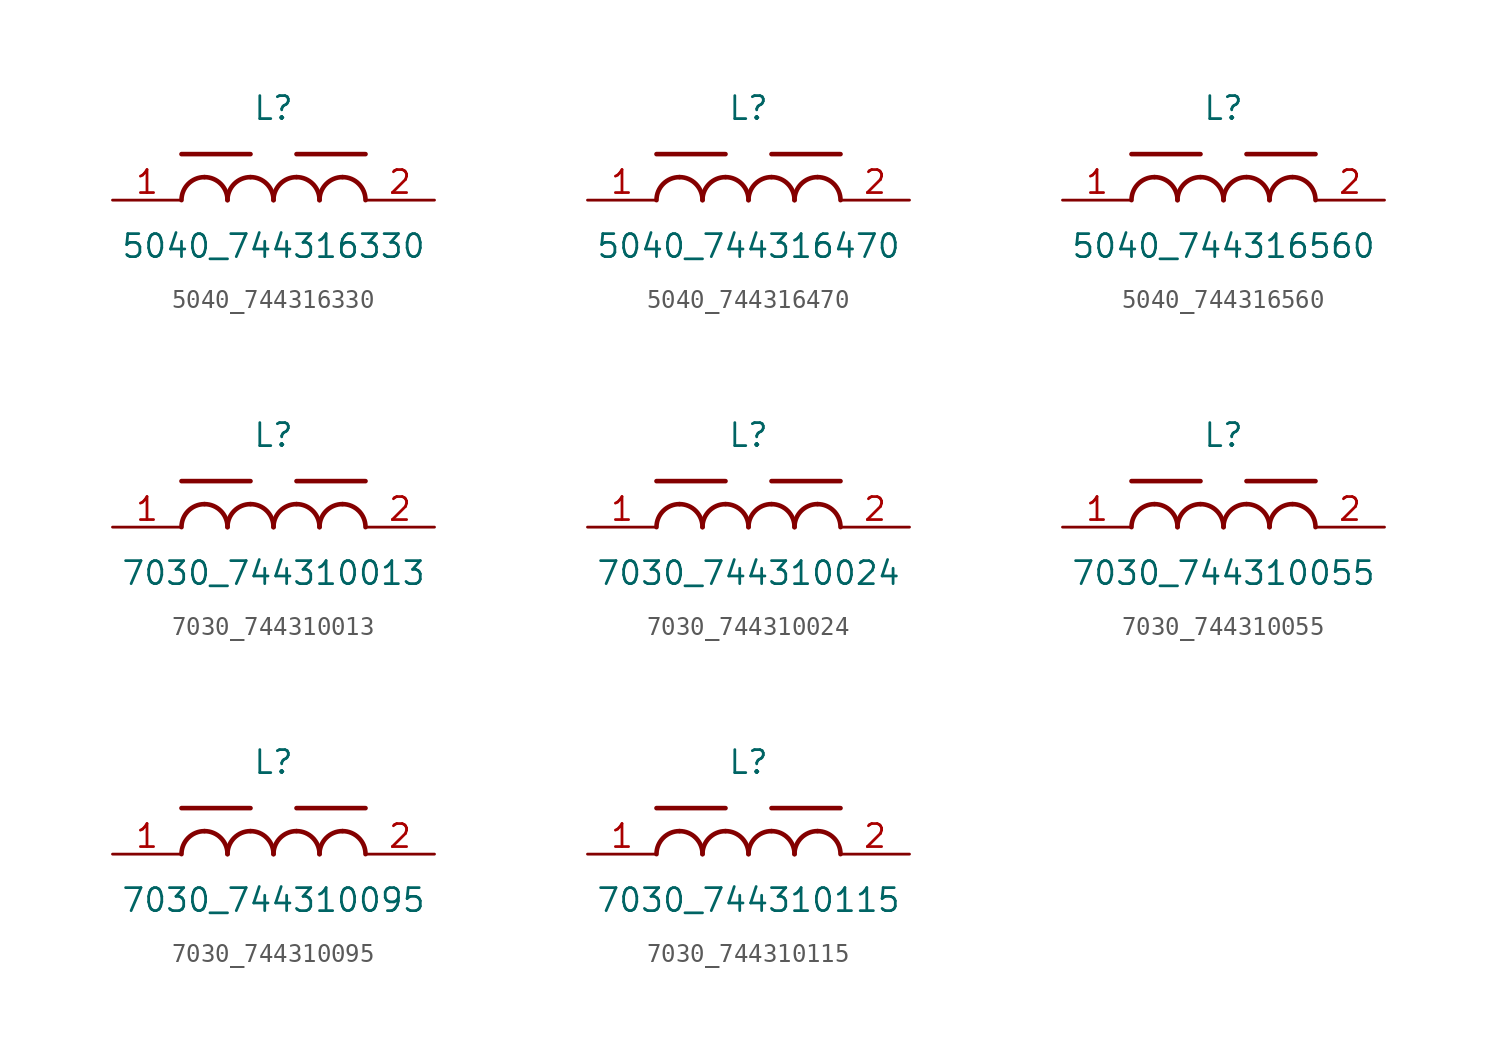
<source format=kicad_sym>
(kicad_symbol_lib
  (version 20211014)
  (generator kicad_symbol_editor)
  (symbol "Inductor_Wurth_WE-HCI:5040_744316330"
    (pin_names hide)
    (property "Reference" "L"
      (at 0 5.08 0)
      (effects (font (size 1.27 1.27))))
    (property "Value" "5040_744316330"
      (at 0 -2.54 0)
      (effects (font (size 1.27 1.27))))
    (symbol "5040_744316330_0_1"
      (arc (start -3.81 1.27) (mid -4.708 0.898) (end -5.08 0) (stroke (width 0.254) (type default) (color 0 0 0 0)) (fill (type none)))
      (arc (start -2.54 0) (mid -2.912 0.898) (end -3.81 1.27) (stroke (width 0.254) (type default) (color 0 0 0 0)) (fill (type none)))
      (arc (start -1.2699 1.2701) (mid -2.1679 0.8981) (end -2.5399 0.0001) (stroke (width 0.254) (type default) (color 0 0 0 0)) (fill (type none)))
      (polyline (pts (xy -5.08 2.54) (xy -1.27 2.54)) (stroke (width 0.254) (type default) (color 0 0 0 0)) (fill (type none)))
      (polyline (pts (xy 5.08 2.54) (xy 1.27 2.54)) (stroke (width 0.254) (type default) (color 0 0 0 0)) (fill (type none)))
      (arc (start 0.0001 0.0001) (mid -0.3719 0.8981) (end -1.2699 1.2701) (stroke (width 0.254) (type default) (color 0 0 0 0)) (fill (type none)))
      (arc (start 1.2701 1.2701) (mid 0.3721 0.8981) (end 0.0001 0.0001) (stroke (width 0.254) (type default) (color 0 0 0 0)) (fill (type none)))
      (arc (start 2.5401 0.0001) (mid 2.1681 0.8981) (end 1.2701 1.2701) (stroke (width 0.254) (type default) (color 0 0 0 0)) (fill (type none)))
      (arc (start 3.8101 1.2701) (mid 2.9121 0.8981) (end 2.5401 0.0001) (stroke (width 0.254) (type default) (color 0 0 0 0)) (fill (type none)))
      (arc (start 5.0801 0.0001) (mid 4.7081 0.8981) (end 3.8101 1.2701) (stroke (width 0.254) (type default) (color 0 0 0 0)) (fill (type none))))
    (symbol "5040_744316330_1_1"
      (pin passive line (at -8.89 0 0) (length 3.81) (name "1" (effects (font (size 1.27 1.27)))) (number "1" (effects (font (size 1.27 1.27)))))
      (pin passive line (at 8.89 0 180) (length 3.81) (name "2" (effects (font (size 1.27 1.27)))) (number "2" (effects (font (size 1.27 1.27)))))))
  (symbol "Inductor_Wurth_WE-HCI:5040_744316470"
    (pin_names hide)
    (property "Reference" "L"
      (at 0 5.08 0)
      (effects (font (size 1.27 1.27))))
    (property "Value" "5040_744316470"
      (at 0 -2.54 0)
      (effects (font (size 1.27 1.27))))
    (symbol "5040_744316470_0_1"
      (arc (start -3.81 1.27) (mid -4.708 0.898) (end -5.08 0) (stroke (width 0.254) (type default) (color 0 0 0 0)) (fill (type none)))
      (arc (start -2.54 0) (mid -2.912 0.898) (end -3.81 1.27) (stroke (width 0.254) (type default) (color 0 0 0 0)) (fill (type none)))
      (arc (start -1.2699 1.2701) (mid -2.1679 0.8981) (end -2.5399 0.0001) (stroke (width 0.254) (type default) (color 0 0 0 0)) (fill (type none)))
      (polyline (pts (xy -5.08 2.54) (xy -1.27 2.54)) (stroke (width 0.254) (type default) (color 0 0 0 0)) (fill (type none)))
      (polyline (pts (xy 5.08 2.54) (xy 1.27 2.54)) (stroke (width 0.254) (type default) (color 0 0 0 0)) (fill (type none)))
      (arc (start 0.0001 0.0001) (mid -0.3719 0.8981) (end -1.2699 1.2701) (stroke (width 0.254) (type default) (color 0 0 0 0)) (fill (type none)))
      (arc (start 1.2701 1.2701) (mid 0.3721 0.8981) (end 0.0001 0.0001) (stroke (width 0.254) (type default) (color 0 0 0 0)) (fill (type none)))
      (arc (start 2.5401 0.0001) (mid 2.1681 0.8981) (end 1.2701 1.2701) (stroke (width 0.254) (type default) (color 0 0 0 0)) (fill (type none)))
      (arc (start 3.8101 1.2701) (mid 2.9121 0.8981) (end 2.5401 0.0001) (stroke (width 0.254) (type default) (color 0 0 0 0)) (fill (type none)))
      (arc (start 5.0801 0.0001) (mid 4.7081 0.8981) (end 3.8101 1.2701) (stroke (width 0.254) (type default) (color 0 0 0 0)) (fill (type none))))
    (symbol "5040_744316470_1_1"
      (pin passive line (at -8.89 0 0) (length 3.81) (name "1" (effects (font (size 1.27 1.27)))) (number "1" (effects (font (size 1.27 1.27)))))
      (pin passive line (at 8.89 0 180) (length 3.81) (name "2" (effects (font (size 1.27 1.27)))) (number "2" (effects (font (size 1.27 1.27)))))))
  (symbol "Inductor_Wurth_WE-HCI:5040_744316560"
    (pin_names hide)
    (property "Reference" "L"
      (at 0 5.08 0)
      (effects (font (size 1.27 1.27))))
    (property "Value" "5040_744316560"
      (at 0 -2.54 0)
      (effects (font (size 1.27 1.27))))
    (symbol "5040_744316560_0_1"
      (arc (start -3.81 1.27) (mid -4.708 0.898) (end -5.08 0) (stroke (width 0.254) (type default) (color 0 0 0 0)) (fill (type none)))
      (arc (start -2.54 0) (mid -2.912 0.898) (end -3.81 1.27) (stroke (width 0.254) (type default) (color 0 0 0 0)) (fill (type none)))
      (arc (start -1.2699 1.2701) (mid -2.1679 0.8981) (end -2.5399 0.0001) (stroke (width 0.254) (type default) (color 0 0 0 0)) (fill (type none)))
      (polyline (pts (xy -5.08 2.54) (xy -1.27 2.54)) (stroke (width 0.254) (type default) (color 0 0 0 0)) (fill (type none)))
      (polyline (pts (xy 5.08 2.54) (xy 1.27 2.54)) (stroke (width 0.254) (type default) (color 0 0 0 0)) (fill (type none)))
      (arc (start 0.0001 0.0001) (mid -0.3719 0.8981) (end -1.2699 1.2701) (stroke (width 0.254) (type default) (color 0 0 0 0)) (fill (type none)))
      (arc (start 1.2701 1.2701) (mid 0.3721 0.8981) (end 0.0001 0.0001) (stroke (width 0.254) (type default) (color 0 0 0 0)) (fill (type none)))
      (arc (start 2.5401 0.0001) (mid 2.1681 0.8981) (end 1.2701 1.2701) (stroke (width 0.254) (type default) (color 0 0 0 0)) (fill (type none)))
      (arc (start 3.8101 1.2701) (mid 2.9121 0.8981) (end 2.5401 0.0001) (stroke (width 0.254) (type default) (color 0 0 0 0)) (fill (type none)))
      (arc (start 5.0801 0.0001) (mid 4.7081 0.8981) (end 3.8101 1.2701) (stroke (width 0.254) (type default) (color 0 0 0 0)) (fill (type none))))
    (symbol "5040_744316560_1_1"
      (pin passive line (at -8.89 0 0) (length 3.81) (name "1" (effects (font (size 1.27 1.27)))) (number "1" (effects (font (size 1.27 1.27)))))
      (pin passive line (at 8.89 0 180) (length 3.81) (name "2" (effects (font (size 1.27 1.27)))) (number "2" (effects (font (size 1.27 1.27)))))))
  (symbol "Inductor_Wurth_WE-HCI:7030_744310013"
    (pin_names hide)
    (property "Reference" "L"
      (at 0 5.08 0)
      (effects (font (size 1.27 1.27))))
    (property "Value" "7030_744310013"
      (at 0 -2.54 0)
      (effects (font (size 1.27 1.27))))
    (symbol "7030_744310013_0_1"
      (arc (start -3.81 1.27) (mid -4.708 0.898) (end -5.08 0) (stroke (width 0.254) (type default) (color 0 0 0 0)) (fill (type none)))
      (arc (start -2.54 0) (mid -2.912 0.898) (end -3.81 1.27) (stroke (width 0.254) (type default) (color 0 0 0 0)) (fill (type none)))
      (arc (start -1.2699 1.2701) (mid -2.1679 0.8981) (end -2.5399 0.0001) (stroke (width 0.254) (type default) (color 0 0 0 0)) (fill (type none)))
      (polyline (pts (xy -5.08 2.54) (xy -1.27 2.54)) (stroke (width 0.254) (type default) (color 0 0 0 0)) (fill (type none)))
      (polyline (pts (xy 5.08 2.54) (xy 1.27 2.54)) (stroke (width 0.254) (type default) (color 0 0 0 0)) (fill (type none)))
      (arc (start 0.0001 0.0001) (mid -0.3719 0.8981) (end -1.2699 1.2701) (stroke (width 0.254) (type default) (color 0 0 0 0)) (fill (type none)))
      (arc (start 1.2701 1.2701) (mid 0.3721 0.8981) (end 0.0001 0.0001) (stroke (width 0.254) (type default) (color 0 0 0 0)) (fill (type none)))
      (arc (start 2.5401 0.0001) (mid 2.1681 0.8981) (end 1.2701 1.2701) (stroke (width 0.254) (type default) (color 0 0 0 0)) (fill (type none)))
      (arc (start 3.8101 1.2701) (mid 2.9121 0.8981) (end 2.5401 0.0001) (stroke (width 0.254) (type default) (color 0 0 0 0)) (fill (type none)))
      (arc (start 5.0801 0.0001) (mid 4.7081 0.8981) (end 3.8101 1.2701) (stroke (width 0.254) (type default) (color 0 0 0 0)) (fill (type none))))
    (symbol "7030_744310013_1_1"
      (pin passive line (at -8.89 0 0) (length 3.81) (name "1" (effects (font (size 1.27 1.27)))) (number "1" (effects (font (size 1.27 1.27)))))
      (pin passive line (at 8.89 0 180) (length 3.81) (name "2" (effects (font (size 1.27 1.27)))) (number "2" (effects (font (size 1.27 1.27)))))))
  (symbol "Inductor_Wurth_WE-HCI:7030_744310024"
    (pin_names hide)
    (property "Reference" "L"
      (at 0 5.08 0)
      (effects (font (size 1.27 1.27))))
    (property "Value" "7030_744310024"
      (at 0 -2.54 0)
      (effects (font (size 1.27 1.27))))
    (symbol "7030_744310024_0_1"
      (arc (start -3.81 1.27) (mid -4.708 0.898) (end -5.08 0) (stroke (width 0.254) (type default) (color 0 0 0 0)) (fill (type none)))
      (arc (start -2.54 0) (mid -2.912 0.898) (end -3.81 1.27) (stroke (width 0.254) (type default) (color 0 0 0 0)) (fill (type none)))
      (arc (start -1.2699 1.2701) (mid -2.1679 0.8981) (end -2.5399 0.0001) (stroke (width 0.254) (type default) (color 0 0 0 0)) (fill (type none)))
      (polyline (pts (xy -5.08 2.54) (xy -1.27 2.54)) (stroke (width 0.254) (type default) (color 0 0 0 0)) (fill (type none)))
      (polyline (pts (xy 5.08 2.54) (xy 1.27 2.54)) (stroke (width 0.254) (type default) (color 0 0 0 0)) (fill (type none)))
      (arc (start 0.0001 0.0001) (mid -0.3719 0.8981) (end -1.2699 1.2701) (stroke (width 0.254) (type default) (color 0 0 0 0)) (fill (type none)))
      (arc (start 1.2701 1.2701) (mid 0.3721 0.8981) (end 0.0001 0.0001) (stroke (width 0.254) (type default) (color 0 0 0 0)) (fill (type none)))
      (arc (start 2.5401 0.0001) (mid 2.1681 0.8981) (end 1.2701 1.2701) (stroke (width 0.254) (type default) (color 0 0 0 0)) (fill (type none)))
      (arc (start 3.8101 1.2701) (mid 2.9121 0.8981) (end 2.5401 0.0001) (stroke (width 0.254) (type default) (color 0 0 0 0)) (fill (type none)))
      (arc (start 5.0801 0.0001) (mid 4.7081 0.8981) (end 3.8101 1.2701) (stroke (width 0.254) (type default) (color 0 0 0 0)) (fill (type none))))
    (symbol "7030_744310024_1_1"
      (pin passive line (at -8.89 0 0) (length 3.81) (name "1" (effects (font (size 1.27 1.27)))) (number "1" (effects (font (size 1.27 1.27)))))
      (pin passive line (at 8.89 0 180) (length 3.81) (name "2" (effects (font (size 1.27 1.27)))) (number "2" (effects (font (size 1.27 1.27)))))))
  (symbol "Inductor_Wurth_WE-HCI:7030_744310055"
    (pin_names hide)
    (property "Reference" "L"
      (at 0 5.08 0)
      (effects (font (size 1.27 1.27))))
    (property "Value" "7030_744310055"
      (at 0 -2.54 0)
      (effects (font (size 1.27 1.27))))
    (symbol "7030_744310055_0_1"
      (arc (start -3.81 1.27) (mid -4.708 0.898) (end -5.08 0) (stroke (width 0.254) (type default) (color 0 0 0 0)) (fill (type none)))
      (arc (start -2.54 0) (mid -2.912 0.898) (end -3.81 1.27) (stroke (width 0.254) (type default) (color 0 0 0 0)) (fill (type none)))
      (arc (start -1.2699 1.2701) (mid -2.1679 0.8981) (end -2.5399 0.0001) (stroke (width 0.254) (type default) (color 0 0 0 0)) (fill (type none)))
      (polyline (pts (xy -5.08 2.54) (xy -1.27 2.54)) (stroke (width 0.254) (type default) (color 0 0 0 0)) (fill (type none)))
      (polyline (pts (xy 5.08 2.54) (xy 1.27 2.54)) (stroke (width 0.254) (type default) (color 0 0 0 0)) (fill (type none)))
      (arc (start 0.0001 0.0001) (mid -0.3719 0.8981) (end -1.2699 1.2701) (stroke (width 0.254) (type default) (color 0 0 0 0)) (fill (type none)))
      (arc (start 1.2701 1.2701) (mid 0.3721 0.8981) (end 0.0001 0.0001) (stroke (width 0.254) (type default) (color 0 0 0 0)) (fill (type none)))
      (arc (start 2.5401 0.0001) (mid 2.1681 0.8981) (end 1.2701 1.2701) (stroke (width 0.254) (type default) (color 0 0 0 0)) (fill (type none)))
      (arc (start 3.8101 1.2701) (mid 2.9121 0.8981) (end 2.5401 0.0001) (stroke (width 0.254) (type default) (color 0 0 0 0)) (fill (type none)))
      (arc (start 5.0801 0.0001) (mid 4.7081 0.8981) (end 3.8101 1.2701) (stroke (width 0.254) (type default) (color 0 0 0 0)) (fill (type none))))
    (symbol "7030_744310055_1_1"
      (pin passive line (at -8.89 0 0) (length 3.81) (name "1" (effects (font (size 1.27 1.27)))) (number "1" (effects (font (size 1.27 1.27)))))
      (pin passive line (at 8.89 0 180) (length 3.81) (name "2" (effects (font (size 1.27 1.27)))) (number "2" (effects (font (size 1.27 1.27)))))))
  (symbol "Inductor_Wurth_WE-HCI:7030_744310095"
    (pin_names hide)
    (property "Reference" "L"
      (at 0 5.08 0)
      (effects (font (size 1.27 1.27))))
    (property "Value" "7030_744310095"
      (at 0 -2.54 0)
      (effects (font (size 1.27 1.27))))
    (symbol "7030_744310095_0_1"
      (arc (start -3.81 1.27) (mid -4.708 0.898) (end -5.08 0) (stroke (width 0.254) (type default) (color 0 0 0 0)) (fill (type none)))
      (arc (start -2.54 0) (mid -2.912 0.898) (end -3.81 1.27) (stroke (width 0.254) (type default) (color 0 0 0 0)) (fill (type none)))
      (arc (start -1.2699 1.2701) (mid -2.1679 0.8981) (end -2.5399 0.0001) (stroke (width 0.254) (type default) (color 0 0 0 0)) (fill (type none)))
      (polyline (pts (xy -5.08 2.54) (xy -1.27 2.54)) (stroke (width 0.254) (type default) (color 0 0 0 0)) (fill (type none)))
      (polyline (pts (xy 5.08 2.54) (xy 1.27 2.54)) (stroke (width 0.254) (type default) (color 0 0 0 0)) (fill (type none)))
      (arc (start 0.0001 0.0001) (mid -0.3719 0.8981) (end -1.2699 1.2701) (stroke (width 0.254) (type default) (color 0 0 0 0)) (fill (type none)))
      (arc (start 1.2701 1.2701) (mid 0.3721 0.8981) (end 0.0001 0.0001) (stroke (width 0.254) (type default) (color 0 0 0 0)) (fill (type none)))
      (arc (start 2.5401 0.0001) (mid 2.1681 0.8981) (end 1.2701 1.2701) (stroke (width 0.254) (type default) (color 0 0 0 0)) (fill (type none)))
      (arc (start 3.8101 1.2701) (mid 2.9121 0.8981) (end 2.5401 0.0001) (stroke (width 0.254) (type default) (color 0 0 0 0)) (fill (type none)))
      (arc (start 5.0801 0.0001) (mid 4.7081 0.8981) (end 3.8101 1.2701) (stroke (width 0.254) (type default) (color 0 0 0 0)) (fill (type none))))
    (symbol "7030_744310095_1_1"
      (pin passive line (at -8.89 0 0) (length 3.81) (name "1" (effects (font (size 1.27 1.27)))) (number "1" (effects (font (size 1.27 1.27)))))
      (pin passive line (at 8.89 0 180) (length 3.81) (name "2" (effects (font (size 1.27 1.27)))) (number "2" (effects (font (size 1.27 1.27)))))))
  (symbol "Inductor_Wurth_WE-HCI:7030_744310115"
    (pin_names hide)
    (property "Reference" "L"
      (at 0 5.08 0)
      (effects (font (size 1.27 1.27))))
    (property "Value" "7030_744310115"
      (at 0 -2.54 0)
      (effects (font (size 1.27 1.27))))
    (symbol "7030_744310115_0_1"
      (arc (start -3.81 1.27) (mid -4.708 0.898) (end -5.08 0) (stroke (width 0.254) (type default) (color 0 0 0 0)) (fill (type none)))
      (arc (start -2.54 0) (mid -2.912 0.898) (end -3.81 1.27) (stroke (width 0.254) (type default) (color 0 0 0 0)) (fill (type none)))
      (arc (start -1.2699 1.2701) (mid -2.1679 0.8981) (end -2.5399 0.0001) (stroke (width 0.254) (type default) (color 0 0 0 0)) (fill (type none)))
      (polyline (pts (xy -5.08 2.54) (xy -1.27 2.54)) (stroke (width 0.254) (type default) (color 0 0 0 0)) (fill (type none)))
      (polyline (pts (xy 5.08 2.54) (xy 1.27 2.54)) (stroke (width 0.254) (type default) (color 0 0 0 0)) (fill (type none)))
      (arc (start 0.0001 0.0001) (mid -0.3719 0.8981) (end -1.2699 1.2701) (stroke (width 0.254) (type default) (color 0 0 0 0)) (fill (type none)))
      (arc (start 1.2701 1.2701) (mid 0.3721 0.8981) (end 0.0001 0.0001) (stroke (width 0.254) (type default) (color 0 0 0 0)) (fill (type none)))
      (arc (start 2.5401 0.0001) (mid 2.1681 0.8981) (end 1.2701 1.2701) (stroke (width 0.254) (type default) (color 0 0 0 0)) (fill (type none)))
      (arc (start 3.8101 1.2701) (mid 2.9121 0.8981) (end 2.5401 0.0001) (stroke (width 0.254) (type default) (color 0 0 0 0)) (fill (type none)))
      (arc (start 5.0801 0.0001) (mid 4.7081 0.8981) (end 3.8101 1.2701) (stroke (width 0.254) (type default) (color 0 0 0 0)) (fill (type none))))
    (symbol "7030_744310115_1_1"
      (pin passive line (at -8.89 0 0) (length 3.81) (name "1" (effects (font (size 1.27 1.27)))) (number "1" (effects (font (size 1.27 1.27)))))
      (pin passive line (at 8.89 0 180) (length 3.81) (name "2" (effects (font (size 1.27 1.27)))) (number "2" (effects (font (size 1.27 1.27))))))))
</source>
